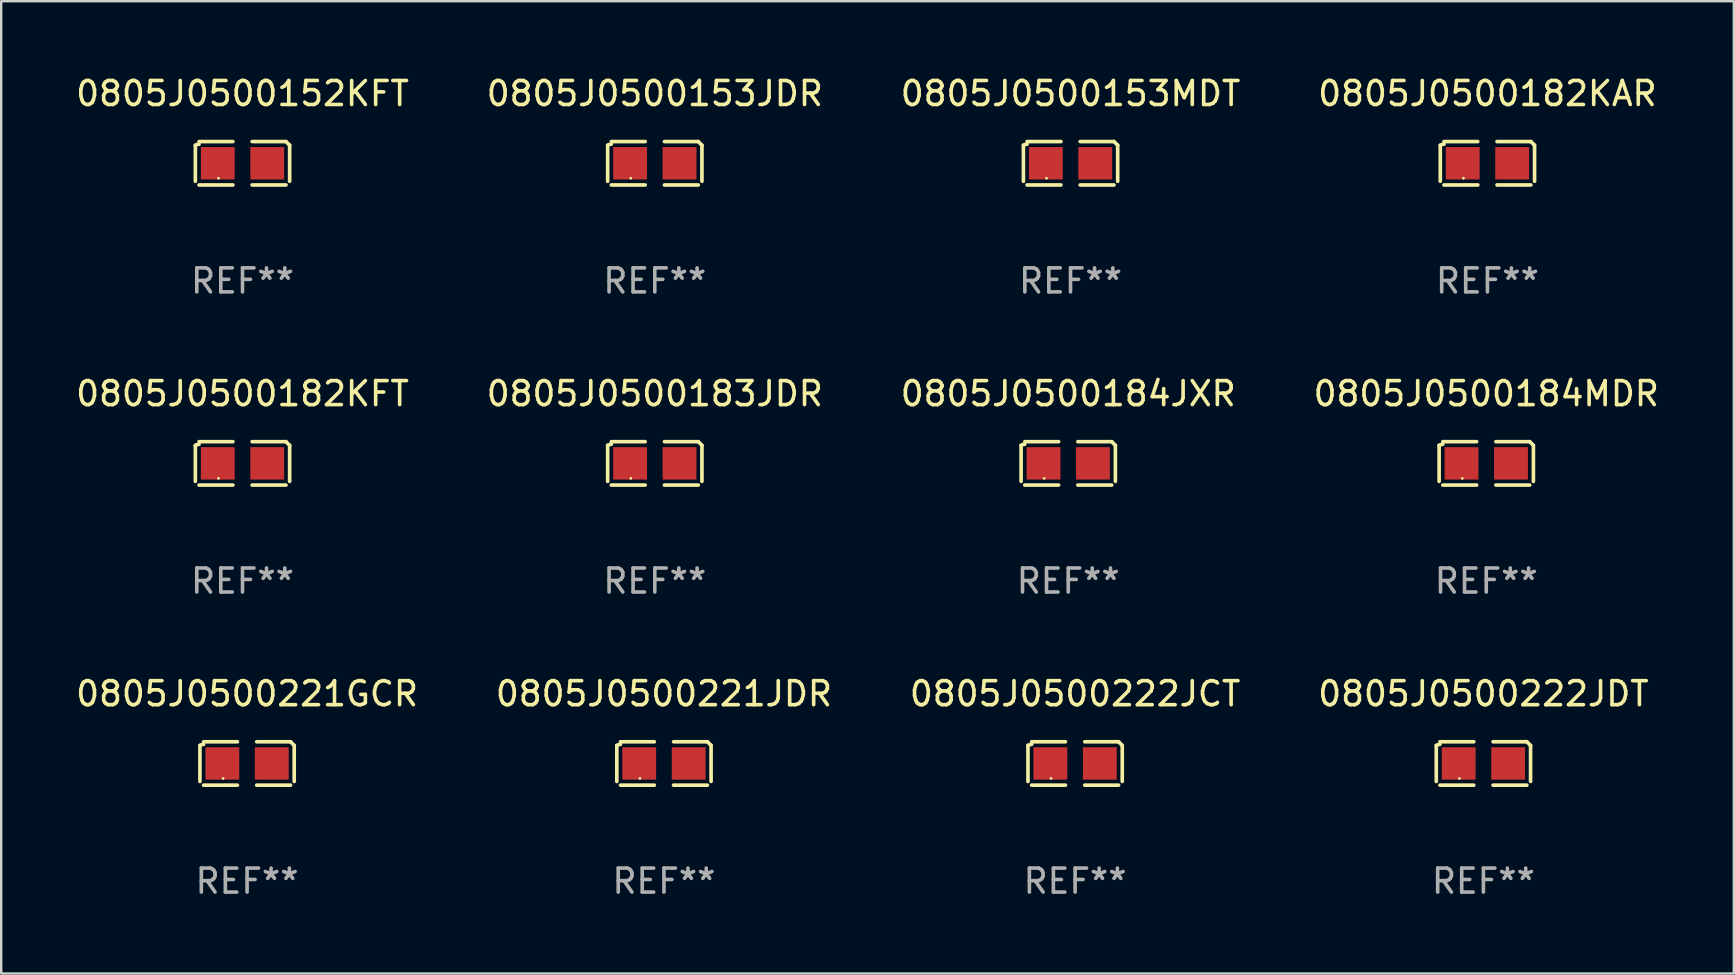
<source format=kicad_pcb>
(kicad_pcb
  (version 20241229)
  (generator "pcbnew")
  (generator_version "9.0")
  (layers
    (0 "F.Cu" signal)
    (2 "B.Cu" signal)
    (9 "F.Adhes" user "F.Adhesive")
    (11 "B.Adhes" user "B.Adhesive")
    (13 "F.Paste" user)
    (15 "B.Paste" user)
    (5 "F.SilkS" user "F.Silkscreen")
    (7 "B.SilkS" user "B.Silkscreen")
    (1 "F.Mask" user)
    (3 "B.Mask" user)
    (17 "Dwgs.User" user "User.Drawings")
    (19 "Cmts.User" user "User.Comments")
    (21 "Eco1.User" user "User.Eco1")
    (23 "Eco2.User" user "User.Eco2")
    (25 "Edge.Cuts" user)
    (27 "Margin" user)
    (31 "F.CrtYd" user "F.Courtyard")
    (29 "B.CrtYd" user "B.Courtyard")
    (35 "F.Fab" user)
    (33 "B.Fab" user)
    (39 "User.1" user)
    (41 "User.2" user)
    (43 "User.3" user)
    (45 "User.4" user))
  (footprint "0805J0500222JDT"
    (layer "F.Cu")
    (at 58.756 28.759)
    (property "Reference" "0805J0500222JDT" (at 0 -2.904 0) (layer "F.SilkS") (effects (font (size 1 1) (thickness 0.15))))
    (attr through_hole)
    (fp_line (start -1.964 0.751) (end -1.964 -0.751) (stroke (width 0.152) (type solid)) (layer "F.SilkS"))
    (fp_line (start -1.811 -0.904) (end -0.401 -0.904) (stroke (width 0.152) (type solid)) (layer "F.SilkS"))
    (fp_line (start -0.401 0.904) (end -1.811 0.904) (stroke (width 0.152) (type solid)) (layer "F.SilkS"))
    (fp_line (start 0.401 0.904) (end 1.811 0.904) (stroke (width 0.152) (type solid)) (layer "F.SilkS"))
    (fp_line (start 1.811 -0.904) (end 0.401 -0.904) (stroke (width 0.152) (type solid)) (layer "F.SilkS"))
    (fp_line (start 1.964 0.751) (end 1.964 -0.751) (stroke (width 0.152) (type solid)) (layer "F.SilkS"))
    (fp_arc (start -1.963602 -0.751207) (mid -1.890354 -0.783131) (end -1.811201 -0.794044) (stroke (width 0.1524) (type solid)) (layer "F.SilkS"))
    (fp_arc (start 1.811202 -0.903607) (mid 1.887413 -0.827418) (end 1.963602 -0.751207) (stroke (width 0.1524) (type solid)) (layer "F.SilkS"))
    (fp_circle (center -1 0.625) (end -0.97 0.625) (stroke (width 0.06) (type solid)) (fill no) (layer "F.SilkS"))
    (fp_text user "REF**" (at 0 4.904 0) (layer "F.Fab") (effects (font (size 1 1) (thickness 0.15))))
    (pad "1" smd rect (at -1.03 0) (size 1.41 1.35) (layers "F.Cu" "F.Mask" "F.Paste"))
    (pad "2" smd rect (at 1.03 0) (size 1.41 1.35) (layers "F.Cu" "F.Mask" "F.Paste")))
  (footprint "0805J0500152KFT"
    (layer "F.Cu")
    (at 7.054 3.752)
    (property "Reference" "0805J0500152KFT" (at 0 -2.904 0) (layer "F.SilkS") (effects (font (size 1 1) (thickness 0.15))))
    (attr through_hole)
    (fp_line (start -1.964 0.751) (end -1.964 -0.751) (stroke (width 0.152) (type solid)) (layer "F.SilkS"))
    (fp_line (start -1.811 -0.904) (end -0.401 -0.904) (stroke (width 0.152) (type solid)) (layer "F.SilkS"))
    (fp_line (start -0.401 0.904) (end -1.811 0.904) (stroke (width 0.152) (type solid)) (layer "F.SilkS"))
    (fp_line (start 0.401 0.904) (end 1.811 0.904) (stroke (width 0.152) (type solid)) (layer "F.SilkS"))
    (fp_line (start 1.811 -0.904) (end 0.401 -0.904) (stroke (width 0.152) (type solid)) (layer "F.SilkS"))
    (fp_line (start 1.964 0.751) (end 1.964 -0.751) (stroke (width 0.152) (type solid)) (layer "F.SilkS"))
    (fp_arc (start -1.963602 -0.751207) (mid -1.890354 -0.783131) (end -1.811201 -0.794044) (stroke (width 0.1524) (type solid)) (layer "F.SilkS"))
    (fp_arc (start 1.811202 -0.903607) (mid 1.887413 -0.827418) (end 1.963602 -0.751207) (stroke (width 0.1524) (type solid)) (layer "F.SilkS"))
    (fp_circle (center -1 0.625) (end -0.97 0.625) (stroke (width 0.06) (type solid)) (fill no) (layer "F.SilkS"))
    (fp_text user "REF**" (at 0 4.904 0) (layer "F.Fab") (effects (font (size 1 1) (thickness 0.15))))
    (pad "1" smd rect (at -1.03 0) (size 1.41 1.35) (layers "F.Cu" "F.Mask" "F.Paste"))
    (pad "2" smd rect (at 1.03 0) (size 1.41 1.35) (layers "F.Cu" "F.Mask" "F.Paste")))
  (footprint "0805J0500153MDT"
    (layer "F.Cu")
    (at 41.554 3.752)
    (property "Reference" "0805J0500153MDT" (at 0 -2.904 0) (layer "F.SilkS") (effects (font (size 1 1) (thickness 0.15))))
    (attr through_hole)
    (fp_line (start -1.964 0.751) (end -1.964 -0.751) (stroke (width 0.152) (type solid)) (layer "F.SilkS"))
    (fp_line (start -1.811 -0.904) (end -0.401 -0.904) (stroke (width 0.152) (type solid)) (layer "F.SilkS"))
    (fp_line (start -0.401 0.904) (end -1.811 0.904) (stroke (width 0.152) (type solid)) (layer "F.SilkS"))
    (fp_line (start 0.401 0.904) (end 1.811 0.904) (stroke (width 0.152) (type solid)) (layer "F.SilkS"))
    (fp_line (start 1.811 -0.904) (end 0.401 -0.904) (stroke (width 0.152) (type solid)) (layer "F.SilkS"))
    (fp_line (start 1.964 0.751) (end 1.964 -0.751) (stroke (width 0.152) (type solid)) (layer "F.SilkS"))
    (fp_arc (start -1.963602 -0.751207) (mid -1.890354 -0.783131) (end -1.811201 -0.794044) (stroke (width 0.1524) (type solid)) (layer "F.SilkS"))
    (fp_arc (start 1.811202 -0.903607) (mid 1.887413 -0.827418) (end 1.963602 -0.751207) (stroke (width 0.1524) (type solid)) (layer "F.SilkS"))
    (fp_circle (center -1 0.625) (end -0.97 0.625) (stroke (width 0.06) (type solid)) (fill no) (layer "F.SilkS"))
    (fp_text user "REF**" (at 0 4.904 0) (layer "F.Fab") (effects (font (size 1 1) (thickness 0.15))))
    (pad "1" smd rect (at -1.03 0) (size 1.41 1.35) (layers "F.Cu" "F.Mask" "F.Paste"))
    (pad "2" smd rect (at 1.03 0) (size 1.41 1.35) (layers "F.Cu" "F.Mask" "F.Paste")))
  (footprint "0805J0500183JDR"
    (layer "F.Cu")
    (at 24.232 16.256)
    (property "Reference" "0805J0500183JDR" (at 0 -2.904 0) (layer "F.SilkS") (effects (font (size 1 1) (thickness 0.15))))
    (attr through_hole)
    (fp_line (start -1.964 0.751) (end -1.964 -0.751) (stroke (width 0.152) (type solid)) (layer "F.SilkS"))
    (fp_line (start -1.811 -0.904) (end -0.401 -0.904) (stroke (width 0.152) (type solid)) (layer "F.SilkS"))
    (fp_line (start -0.401 0.904) (end -1.811 0.904) (stroke (width 0.152) (type solid)) (layer "F.SilkS"))
    (fp_line (start 0.401 0.904) (end 1.811 0.904) (stroke (width 0.152) (type solid)) (layer "F.SilkS"))
    (fp_line (start 1.811 -0.904) (end 0.401 -0.904) (stroke (width 0.152) (type solid)) (layer "F.SilkS"))
    (fp_line (start 1.964 0.751) (end 1.964 -0.751) (stroke (width 0.152) (type solid)) (layer "F.SilkS"))
    (fp_arc (start -1.963602 -0.751207) (mid -1.890354 -0.783131) (end -1.811201 -0.794044) (stroke (width 0.1524) (type solid)) (layer "F.SilkS"))
    (fp_arc (start 1.811202 -0.903607) (mid 1.887413 -0.827418) (end 1.963602 -0.751207) (stroke (width 0.1524) (type solid)) (layer "F.SilkS"))
    (fp_circle (center -1 0.625) (end -0.97 0.625) (stroke (width 0.06) (type solid)) (fill no) (layer "F.SilkS"))
    (fp_text user "REF**" (at 0 4.904 0) (layer "F.Fab") (effects (font (size 1 1) (thickness 0.15))))
    (pad "1" smd rect (at -1.03 0) (size 1.41 1.35) (layers "F.Cu" "F.Mask" "F.Paste"))
    (pad "2" smd rect (at 1.03 0) (size 1.41 1.35) (layers "F.Cu" "F.Mask" "F.Paste")))
  (footprint "0805J0500184MDR"
    (layer "F.Cu")
    (at 58.875 16.256)
    (property "Reference" "0805J0500184MDR" (at 0 -2.904 0) (layer "F.SilkS") (effects (font (size 1 1) (thickness 0.15))))
    (attr through_hole)
    (fp_line (start -1.964 0.751) (end -1.964 -0.751) (stroke (width 0.152) (type solid)) (layer "F.SilkS"))
    (fp_line (start -1.811 -0.904) (end -0.401 -0.904) (stroke (width 0.152) (type solid)) (layer "F.SilkS"))
    (fp_line (start -0.401 0.904) (end -1.811 0.904) (stroke (width 0.152) (type solid)) (layer "F.SilkS"))
    (fp_line (start 0.401 0.904) (end 1.811 0.904) (stroke (width 0.152) (type solid)) (layer "F.SilkS"))
    (fp_line (start 1.811 -0.904) (end 0.401 -0.904) (stroke (width 0.152) (type solid)) (layer "F.SilkS"))
    (fp_line (start 1.964 0.751) (end 1.964 -0.751) (stroke (width 0.152) (type solid)) (layer "F.SilkS"))
    (fp_arc (start -1.963602 -0.751207) (mid -1.890354 -0.783131) (end -1.811201 -0.794044) (stroke (width 0.1524) (type solid)) (layer "F.SilkS"))
    (fp_arc (start 1.811202 -0.903607) (mid 1.887413 -0.827418) (end 1.963602 -0.751207) (stroke (width 0.1524) (type solid)) (layer "F.SilkS"))
    (fp_circle (center -1 0.625) (end -0.97 0.625) (stroke (width 0.06) (type solid)) (fill no) (layer "F.SilkS"))
    (fp_text user "REF**" (at 0 4.904 0) (layer "F.Fab") (effects (font (size 1 1) (thickness 0.15))))
    (pad "1" smd rect (at -1.03 0) (size 1.41 1.35) (layers "F.Cu" "F.Mask" "F.Paste"))
    (pad "2" smd rect (at 1.03 0) (size 1.41 1.35) (layers "F.Cu" "F.Mask" "F.Paste")))
  (footprint "0805J0500221GCR"
    (layer "F.Cu")
    (at 7.244 28.759)
    (property "Reference" "0805J0500221GCR" (at 0 -2.904 0) (layer "F.SilkS") (effects (font (size 1 1) (thickness 0.15))))
    (attr through_hole)
    (fp_line (start -1.964 0.751) (end -1.964 -0.751) (stroke (width 0.152) (type solid)) (layer "F.SilkS"))
    (fp_line (start -1.811 -0.904) (end -0.401 -0.904) (stroke (width 0.152) (type solid)) (layer "F.SilkS"))
    (fp_line (start -0.401 0.904) (end -1.811 0.904) (stroke (width 0.152) (type solid)) (layer "F.SilkS"))
    (fp_line (start 0.401 0.904) (end 1.811 0.904) (stroke (width 0.152) (type solid)) (layer "F.SilkS"))
    (fp_line (start 1.811 -0.904) (end 0.401 -0.904) (stroke (width 0.152) (type solid)) (layer "F.SilkS"))
    (fp_line (start 1.964 0.751) (end 1.964 -0.751) (stroke (width 0.152) (type solid)) (layer "F.SilkS"))
    (fp_arc (start -1.963602 -0.751207) (mid -1.890354 -0.783131) (end -1.811201 -0.794044) (stroke (width 0.1524) (type solid)) (layer "F.SilkS"))
    (fp_arc (start 1.811202 -0.903607) (mid 1.887413 -0.827418) (end 1.963602 -0.751207) (stroke (width 0.1524) (type solid)) (layer "F.SilkS"))
    (fp_circle (center -1 0.625) (end -0.97 0.625) (stroke (width 0.06) (type solid)) (fill no) (layer "F.SilkS"))
    (fp_text user "REF**" (at 0 4.904 0) (layer "F.Fab") (effects (font (size 1 1) (thickness 0.15))))
    (pad "1" smd rect (at -1.03 0) (size 1.41 1.35) (layers "F.Cu" "F.Mask" "F.Paste"))
    (pad "2" smd rect (at 1.03 0) (size 1.41 1.35) (layers "F.Cu" "F.Mask" "F.Paste")))
  (footprint "0805J0500184JXR"
    (layer "F.Cu")
    (at 41.458 16.256)
    (property "Reference" "0805J0500184JXR" (at 0 -2.904 0) (layer "F.SilkS") (effects (font (size 1 1) (thickness 0.15))))
    (attr through_hole)
    (fp_line (start -1.964 0.751) (end -1.964 -0.751) (stroke (width 0.152) (type solid)) (layer "F.SilkS"))
    (fp_line (start -1.811 -0.904) (end -0.401 -0.904) (stroke (width 0.152) (type solid)) (layer "F.SilkS"))
    (fp_line (start -0.401 0.904) (end -1.811 0.904) (stroke (width 0.152) (type solid)) (layer "F.SilkS"))
    (fp_line (start 0.401 0.904) (end 1.811 0.904) (stroke (width 0.152) (type solid)) (layer "F.SilkS"))
    (fp_line (start 1.811 -0.904) (end 0.401 -0.904) (stroke (width 0.152) (type solid)) (layer "F.SilkS"))
    (fp_line (start 1.964 0.751) (end 1.964 -0.751) (stroke (width 0.152) (type solid)) (layer "F.SilkS"))
    (fp_arc (start -1.963602 -0.751207) (mid -1.890354 -0.783131) (end -1.811201 -0.794044) (stroke (width 0.1524) (type solid)) (layer "F.SilkS"))
    (fp_arc (start 1.811202 -0.903607) (mid 1.887413 -0.827418) (end 1.963602 -0.751207) (stroke (width 0.1524) (type solid)) (layer "F.SilkS"))
    (fp_circle (center -1 0.625) (end -0.97 0.625) (stroke (width 0.06) (type solid)) (fill no) (layer "F.SilkS"))
    (fp_text user "REF**" (at 0 4.904 0) (layer "F.Fab") (effects (font (size 1 1) (thickness 0.15))))
    (pad "1" smd rect (at -1.03 0) (size 1.41 1.35) (layers "F.Cu" "F.Mask" "F.Paste"))
    (pad "2" smd rect (at 1.03 0) (size 1.41 1.35) (layers "F.Cu" "F.Mask" "F.Paste")))
  (footprint "0805J0500182KAR"
    (layer "F.Cu")
    (at 58.923 3.752)
    (property "Reference" "0805J0500182KAR" (at 0 -2.904 0) (layer "F.SilkS") (effects (font (size 1 1) (thickness 0.15))))
    (attr through_hole)
    (fp_line (start -1.964 0.751) (end -1.964 -0.751) (stroke (width 0.152) (type solid)) (layer "F.SilkS"))
    (fp_line (start -1.811 -0.904) (end -0.401 -0.904) (stroke (width 0.152) (type solid)) (layer "F.SilkS"))
    (fp_line (start -0.401 0.904) (end -1.811 0.904) (stroke (width 0.152) (type solid)) (layer "F.SilkS"))
    (fp_line (start 0.401 0.904) (end 1.811 0.904) (stroke (width 0.152) (type solid)) (layer "F.SilkS"))
    (fp_line (start 1.811 -0.904) (end 0.401 -0.904) (stroke (width 0.152) (type solid)) (layer "F.SilkS"))
    (fp_line (start 1.964 0.751) (end 1.964 -0.751) (stroke (width 0.152) (type solid)) (layer "F.SilkS"))
    (fp_arc (start -1.963602 -0.751207) (mid -1.890354 -0.783131) (end -1.811201 -0.794044) (stroke (width 0.1524) (type solid)) (layer "F.SilkS"))
    (fp_arc (start 1.811202 -0.903607) (mid 1.887413 -0.827418) (end 1.963602 -0.751207) (stroke (width 0.1524) (type solid)) (layer "F.SilkS"))
    (fp_circle (center -1 0.625) (end -0.97 0.625) (stroke (width 0.06) (type solid)) (fill no) (layer "F.SilkS"))
    (fp_text user "REF**" (at 0 4.904 0) (layer "F.Fab") (effects (font (size 1 1) (thickness 0.15))))
    (pad "1" smd rect (at -1.03 0) (size 1.41 1.35) (layers "F.Cu" "F.Mask" "F.Paste"))
    (pad "2" smd rect (at 1.03 0) (size 1.41 1.35) (layers "F.Cu" "F.Mask" "F.Paste")))
  (footprint "0805J0500222JCT"
    (layer "F.Cu")
    (at 41.744 28.759)
    (property "Reference" "0805J0500222JCT" (at 0 -2.904 0) (layer "F.SilkS") (effects (font (size 1 1) (thickness 0.15))))
    (attr through_hole)
    (fp_line (start -1.964 0.751) (end -1.964 -0.751) (stroke (width 0.152) (type solid)) (layer "F.SilkS"))
    (fp_line (start -1.811 -0.904) (end -0.401 -0.904) (stroke (width 0.152) (type solid)) (layer "F.SilkS"))
    (fp_line (start -0.401 0.904) (end -1.811 0.904) (stroke (width 0.152) (type solid)) (layer "F.SilkS"))
    (fp_line (start 0.401 0.904) (end 1.811 0.904) (stroke (width 0.152) (type solid)) (layer "F.SilkS"))
    (fp_line (start 1.811 -0.904) (end 0.401 -0.904) (stroke (width 0.152) (type solid)) (layer "F.SilkS"))
    (fp_line (start 1.964 0.751) (end 1.964 -0.751) (stroke (width 0.152) (type solid)) (layer "F.SilkS"))
    (fp_arc (start -1.963602 -0.751207) (mid -1.890354 -0.783131) (end -1.811201 -0.794044) (stroke (width 0.1524) (type solid)) (layer "F.SilkS"))
    (fp_arc (start 1.811202 -0.903607) (mid 1.887413 -0.827418) (end 1.963602 -0.751207) (stroke (width 0.1524) (type solid)) (layer "F.SilkS"))
    (fp_circle (center -1 0.625) (end -0.97 0.625) (stroke (width 0.06) (type solid)) (fill no) (layer "F.SilkS"))
    (fp_text user "REF**" (at 0 4.904 0) (layer "F.Fab") (effects (font (size 1 1) (thickness 0.15))))
    (pad "1" smd rect (at -1.03 0) (size 1.41 1.35) (layers "F.Cu" "F.Mask" "F.Paste"))
    (pad "2" smd rect (at 1.03 0) (size 1.41 1.35) (layers "F.Cu" "F.Mask" "F.Paste")))
  (footprint "0805J0500221JDR"
    (layer "F.Cu")
    (at 24.613 28.759)
    (property "Reference" "0805J0500221JDR" (at 0 -2.904 0) (layer "F.SilkS") (effects (font (size 1 1) (thickness 0.15))))
    (attr through_hole)
    (fp_line (start -1.964 0.751) (end -1.964 -0.751) (stroke (width 0.152) (type solid)) (layer "F.SilkS"))
    (fp_line (start -1.811 -0.904) (end -0.401 -0.904) (stroke (width 0.152) (type solid)) (layer "F.SilkS"))
    (fp_line (start -0.401 0.904) (end -1.811 0.904) (stroke (width 0.152) (type solid)) (layer "F.SilkS"))
    (fp_line (start 0.401 0.904) (end 1.811 0.904) (stroke (width 0.152) (type solid)) (layer "F.SilkS"))
    (fp_line (start 1.811 -0.904) (end 0.401 -0.904) (stroke (width 0.152) (type solid)) (layer "F.SilkS"))
    (fp_line (start 1.964 0.751) (end 1.964 -0.751) (stroke (width 0.152) (type solid)) (layer "F.SilkS"))
    (fp_arc (start -1.963602 -0.751207) (mid -1.890354 -0.783131) (end -1.811201 -0.794044) (stroke (width 0.1524) (type solid)) (layer "F.SilkS"))
    (fp_arc (start 1.811202 -0.903607) (mid 1.887413 -0.827418) (end 1.963602 -0.751207) (stroke (width 0.1524) (type solid)) (layer "F.SilkS"))
    (fp_circle (center -1 0.625) (end -0.97 0.625) (stroke (width 0.06) (type solid)) (fill no) (layer "F.SilkS"))
    (fp_text user "REF**" (at 0 4.904 0) (layer "F.Fab") (effects (font (size 1 1) (thickness 0.15))))
    (pad "1" smd rect (at -1.03 0) (size 1.41 1.35) (layers "F.Cu" "F.Mask" "F.Paste"))
    (pad "2" smd rect (at 1.03 0) (size 1.41 1.35) (layers "F.Cu" "F.Mask" "F.Paste")))
  (footprint "0805J0500182KFT"
    (layer "F.Cu")
    (at 7.054 16.256)
    (property "Reference" "0805J0500182KFT" (at 0 -2.904 0) (layer "F.SilkS") (effects (font (size 1 1) (thickness 0.15))))
    (attr through_hole)
    (fp_line (start -1.964 0.751) (end -1.964 -0.751) (stroke (width 0.152) (type solid)) (layer "F.SilkS"))
    (fp_line (start -1.811 -0.904) (end -0.401 -0.904) (stroke (width 0.152) (type solid)) (layer "F.SilkS"))
    (fp_line (start -0.401 0.904) (end -1.811 0.904) (stroke (width 0.152) (type solid)) (layer "F.SilkS"))
    (fp_line (start 0.401 0.904) (end 1.811 0.904) (stroke (width 0.152) (type solid)) (layer "F.SilkS"))
    (fp_line (start 1.811 -0.904) (end 0.401 -0.904) (stroke (width 0.152) (type solid)) (layer "F.SilkS"))
    (fp_line (start 1.964 0.751) (end 1.964 -0.751) (stroke (width 0.152) (type solid)) (layer "F.SilkS"))
    (fp_arc (start -1.963602 -0.751207) (mid -1.890354 -0.783131) (end -1.811201 -0.794044) (stroke (width 0.1524) (type solid)) (layer "F.SilkS"))
    (fp_arc (start 1.811202 -0.903607) (mid 1.887413 -0.827418) (end 1.963602 -0.751207) (stroke (width 0.1524) (type solid)) (layer "F.SilkS"))
    (fp_circle (center -1 0.625) (end -0.97 0.625) (stroke (width 0.06) (type solid)) (fill no) (layer "F.SilkS"))
    (fp_text user "REF**" (at 0 4.904 0) (layer "F.Fab") (effects (font (size 1 1) (thickness 0.15))))
    (pad "1" smd rect (at -1.03 0) (size 1.41 1.35) (layers "F.Cu" "F.Mask" "F.Paste"))
    (pad "2" smd rect (at 1.03 0) (size 1.41 1.35) (layers "F.Cu" "F.Mask" "F.Paste")))
  (footprint "0805J0500153JDR"
    (layer "F.Cu")
    (at 24.232 3.752)
    (property "Reference" "0805J0500153JDR" (at 0 -2.904 0) (layer "F.SilkS") (effects (font (size 1 1) (thickness 0.15))))
    (attr through_hole)
    (fp_line (start -1.964 0.751) (end -1.964 -0.751) (stroke (width 0.152) (type solid)) (layer "F.SilkS"))
    (fp_line (start -1.811 -0.904) (end -0.401 -0.904) (stroke (width 0.152) (type solid)) (layer "F.SilkS"))
    (fp_line (start -0.401 0.904) (end -1.811 0.904) (stroke (width 0.152) (type solid)) (layer "F.SilkS"))
    (fp_line (start 0.401 0.904) (end 1.811 0.904) (stroke (width 0.152) (type solid)) (layer "F.SilkS"))
    (fp_line (start 1.811 -0.904) (end 0.401 -0.904) (stroke (width 0.152) (type solid)) (layer "F.SilkS"))
    (fp_line (start 1.964 0.751) (end 1.964 -0.751) (stroke (width 0.152) (type solid)) (layer "F.SilkS"))
    (fp_arc (start -1.963602 -0.751207) (mid -1.890354 -0.783131) (end -1.811201 -0.794044) (stroke (width 0.1524) (type solid)) (layer "F.SilkS"))
    (fp_arc (start 1.811202 -0.903607) (mid 1.887413 -0.827418) (end 1.963602 -0.751207) (stroke (width 0.1524) (type solid)) (layer "F.SilkS"))
    (fp_circle (center -1 0.625) (end -0.97 0.625) (stroke (width 0.06) (type solid)) (fill no) (layer "F.SilkS"))
    (fp_text user "REF**" (at 0 4.904 0) (layer "F.Fab") (effects (font (size 1 1) (thickness 0.15))))
    (pad "1" smd rect (at -1.03 0) (size 1.41 1.35) (layers "F.Cu" "F.Mask" "F.Paste"))
    (pad "2" smd rect (at 1.03 0) (size 1.41 1.35) (layers "F.Cu" "F.Mask" "F.Paste")))
  (gr_rect
    (start -3 -3)
    (end 69.19 37.511)
    (stroke (width 0.1) (type default))
    (fill no)
    (layer "Edge.Cuts")))
</source>
